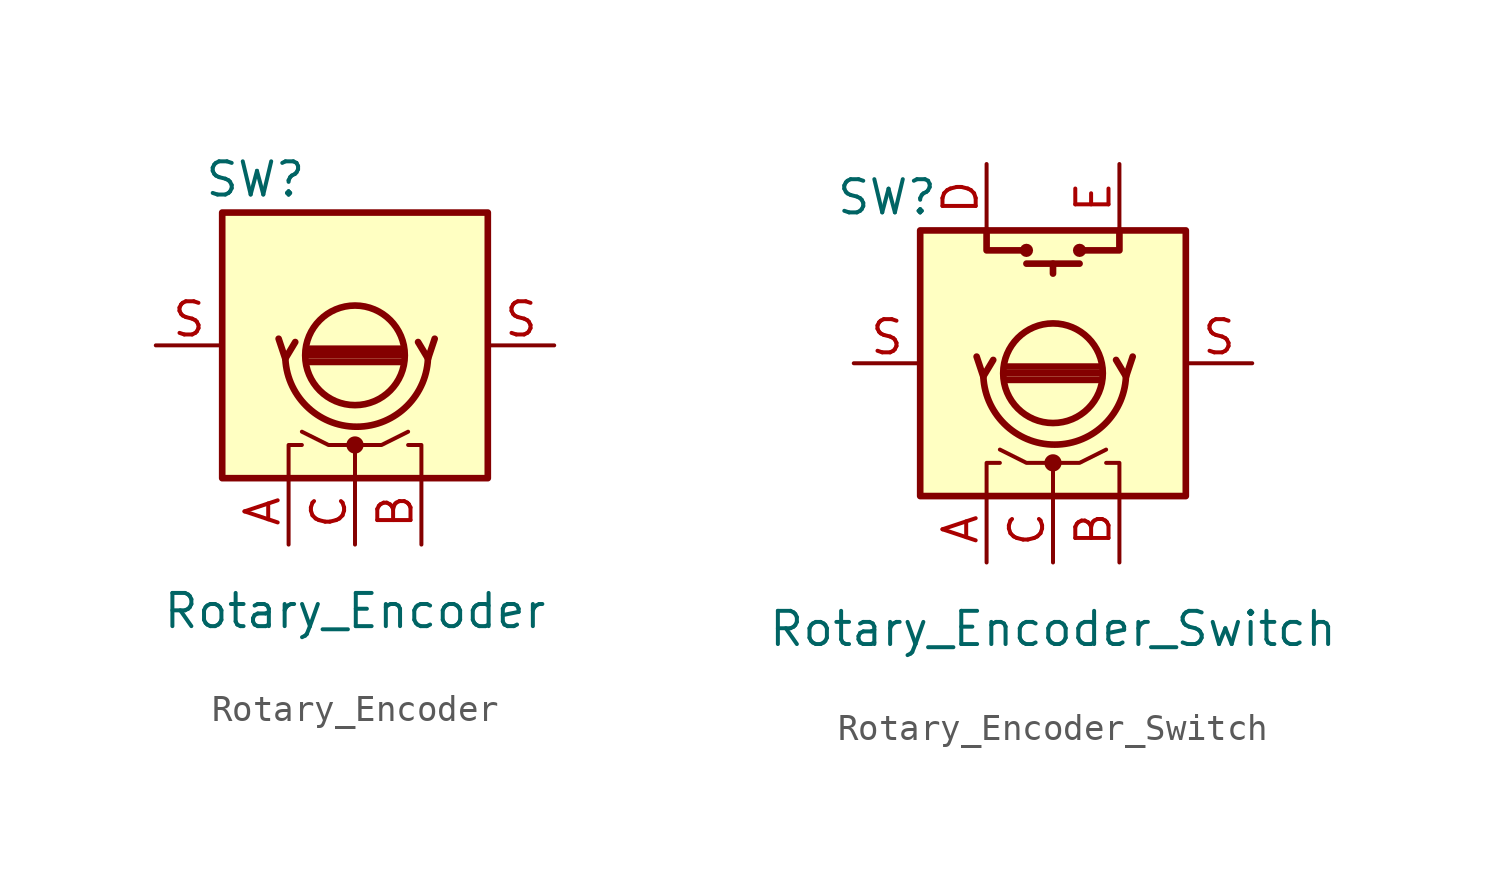
<source format=kicad_sym>
(kicad_symbol_lib
  (version 20231120)
  (generator "kicad_symbol_editor")
  (generator_version "8.0")
  (symbol "Rotary_Encoder"
    (pin_names
      (offset 0.254) hide)
    (property "Reference" "SW"
      (at -3.81 6.35 0)
      (effects (font (size 1.27 1.27))))
    (property "Value" "Rotary_Encoder"
      (at 0 -10.16 0)
      (effects (font (size 1.27 1.27))))
    (symbol "Rotary_Encoder_0_1"
      (rectangle (start -5.08 -5.08) (end 5.08 5.08) (stroke (width 0.254) (type default)) (fill (type background)))
      (arc (start -2.667 -0.381) (mid 0.0635 -3.0988) (end 2.794 -0.381) (stroke (width 0.254) (type default)) (fill (type none)))
      (circle (center 0 -3.81) (radius 0.254) (stroke (width 0) (type default)) (fill (type outline)))
      (circle (center 0 -0.381) (radius 1.905) (stroke (width 0.254) (type default)) (fill (type none)))
      (polyline (pts (xy -1.778 -0.127) (xy 1.778 -0.127)) (stroke (width 0.254) (type default)) (fill (type none)))
      (polyline (pts (xy 1.778 -0.635) (xy -1.778 -0.635)) (stroke (width 0.254) (type default)) (fill (type none)))
      (polyline (pts (xy 1.778 -0.381) (xy -1.778 -0.381)) (stroke (width 0.254) (type default)) (fill (type none)))
      (polyline (pts (xy -2.921 0.254) (xy -2.667 -0.508) (xy -2.286 0.127)) (stroke (width 0.254) (type default)) (fill (type none)))
      (polyline (pts (xy -2.54 -5.08) (xy -2.54 -3.81) (xy -2.032 -3.81)) (stroke (width 0) (type default)) (fill (type none)))
      (polyline (pts (xy 2.54 -5.08) (xy 2.54 -3.81) (xy 2.032 -3.81)) (stroke (width 0) (type default)) (fill (type none)))
      (polyline (pts (xy 3.048 0.254) (xy 2.794 -0.508) (xy 2.413 0.127)) (stroke (width 0.254) (type default)) (fill (type none)))
      (polyline (pts (xy 0 -5.08) (xy 0 -3.81) (xy 1.016 -3.81) (xy 2.032 -3.302)) (stroke (width 0) (type default)) (fill (type none)))
      (polyline (pts (xy 0 -4.318) (xy 0 -3.81) (xy -1.016 -3.81) (xy -2.032 -3.302)) (stroke (width 0) (type default)) (fill (type none))))
    (symbol "Rotary_Encoder_1_1"
      (pin passive line (at -2.54 -7.62 90) (length 2.54) (name "A" (effects (font (size 1.27 1.27)))) (number "A" (effects (font (size 1.27 1.27)))))
      (pin passive line (at 2.54 -7.62 90) (length 2.54) (name "B" (effects (font (size 1.27 1.27)))) (number "B" (effects (font (size 1.27 1.27)))))
      (pin passive line (at 0 -7.62 90) (length 2.54) (name "C" (effects (font (size 1.27 1.27)))) (number "C" (effects (font (size 1.27 1.27)))))
      (pin passive line (at -7.62 0 0) (length 2.54) (name "S" (effects (font (size 1.27 1.27)))) (number "S" (effects (font (size 1.27 1.27)))))
      (pin passive line (at 7.62 0 180) (length 2.54) (name "S" (effects (font (size 1.27 1.27)))) (number "S" (effects (font (size 1.27 1.27)))))))
  (symbol "Rotary_Encoder_Switch"
    (pin_names
      (offset 0.254) hide)
    (property "Reference" "SW"
      (at -6.35 6.35 0)
      (effects (font (size 1.27 1.27))))
    (property "Value" "Rotary_Encoder_Switch"
      (at 0 -10.16 0)
      (effects (font (size 1.27 1.27))))
    (symbol "Rotary_Encoder_Switch_0_1"
      (rectangle (start -5.08 -5.08) (end 5.08 5.08) (stroke (width 0.254) (type default)) (fill (type background)))
      (arc (start -2.667 -0.381) (mid 0.0635 -3.0988) (end 2.794 -0.381) (stroke (width 0.254) (type default)) (fill (type none)))
      (circle (center -1.016 4.318) (radius 0.127) (stroke (width 0.254) (type default)) (fill (type none)))
      (circle (center 0 -3.81) (radius 0.254) (stroke (width 0) (type default)) (fill (type outline)))
      (circle (center 0 -0.381) (radius 1.905) (stroke (width 0.254) (type default)) (fill (type none)))
      (polyline (pts (xy -1.778 -0.127) (xy 1.778 -0.127)) (stroke (width 0.254) (type default)) (fill (type none)))
      (polyline (pts (xy -1.016 3.81) (xy 1.016 3.81)) (stroke (width 0.254) (type default)) (fill (type none)))
      (polyline (pts (xy 0 3.81) (xy 0 3.429)) (stroke (width 0.254) (type default)) (fill (type none)))
      (polyline (pts (xy 1.778 -0.635) (xy -1.778 -0.635)) (stroke (width 0.254) (type default)) (fill (type none)))
      (polyline (pts (xy 1.778 -0.381) (xy -1.778 -0.381)) (stroke (width 0.254) (type default)) (fill (type none)))
      (polyline (pts (xy -2.921 0.254) (xy -2.667 -0.508) (xy -2.286 0.127)) (stroke (width 0.254) (type default)) (fill (type none)))
      (polyline (pts (xy -2.54 -5.08) (xy -2.54 -3.81) (xy -2.032 -3.81)) (stroke (width 0) (type default)) (fill (type none)))
      (polyline (pts (xy -2.54 5.08) (xy -2.54 4.318) (xy -1.016 4.318)) (stroke (width 0.254) (type default)) (fill (type none)))
      (polyline (pts (xy 2.54 -5.08) (xy 2.54 -3.81) (xy 2.032 -3.81)) (stroke (width 0) (type default)) (fill (type none)))
      (polyline (pts (xy 2.54 5.08) (xy 2.54 4.318) (xy 1.016 4.318)) (stroke (width 0.254) (type default)) (fill (type none)))
      (polyline (pts (xy 3.048 0.254) (xy 2.794 -0.508) (xy 2.413 0.127)) (stroke (width 0.254) (type default)) (fill (type none)))
      (polyline (pts (xy 0 -5.08) (xy 0 -3.81) (xy 1.016 -3.81) (xy 2.032 -3.302)) (stroke (width 0) (type default)) (fill (type none)))
      (polyline (pts (xy 0 -4.318) (xy 0 -3.81) (xy -1.016 -3.81) (xy -2.032 -3.302)) (stroke (width 0) (type default)) (fill (type none)))
      (circle (center 1.016 4.318) (radius 0.127) (stroke (width 0.254) (type default)) (fill (type none))))
    (symbol "Rotary_Encoder_Switch_1_1"
      (pin passive line (at -2.54 -7.62 90) (length 2.54) (name "A" (effects (font (size 1.27 1.27)))) (number "A" (effects (font (size 1.27 1.27)))))
      (pin passive line (at 2.54 -7.62 90) (length 2.54) (name "B" (effects (font (size 1.27 1.27)))) (number "B" (effects (font (size 1.27 1.27)))))
      (pin passive line (at 0 -7.62 90) (length 2.54) (name "C" (effects (font (size 1.27 1.27)))) (number "C" (effects (font (size 1.27 1.27)))))
      (pin passive line (at -2.54 7.62 270) (length 2.54) (name "D" (effects (font (size 1.27 1.27)))) (number "D" (effects (font (size 1.27 1.27)))))
      (pin passive line (at 2.54 7.62 270) (length 2.54) (name "E" (effects (font (size 1.27 1.27)))) (number "E" (effects (font (size 1.27 1.27)))))
      (pin passive line (at -7.62 0 0) (length 2.54) (name "Shield" (effects (font (size 1.27 1.27)))) (number "S" (effects (font (size 1.27 1.27)))))
      (pin passive line (at 7.62 0 180) (length 2.54) (name "Shield" (effects (font (size 1.27 1.27)))) (number "S" (effects (font (size 1.27 1.27))))))))
</source>
